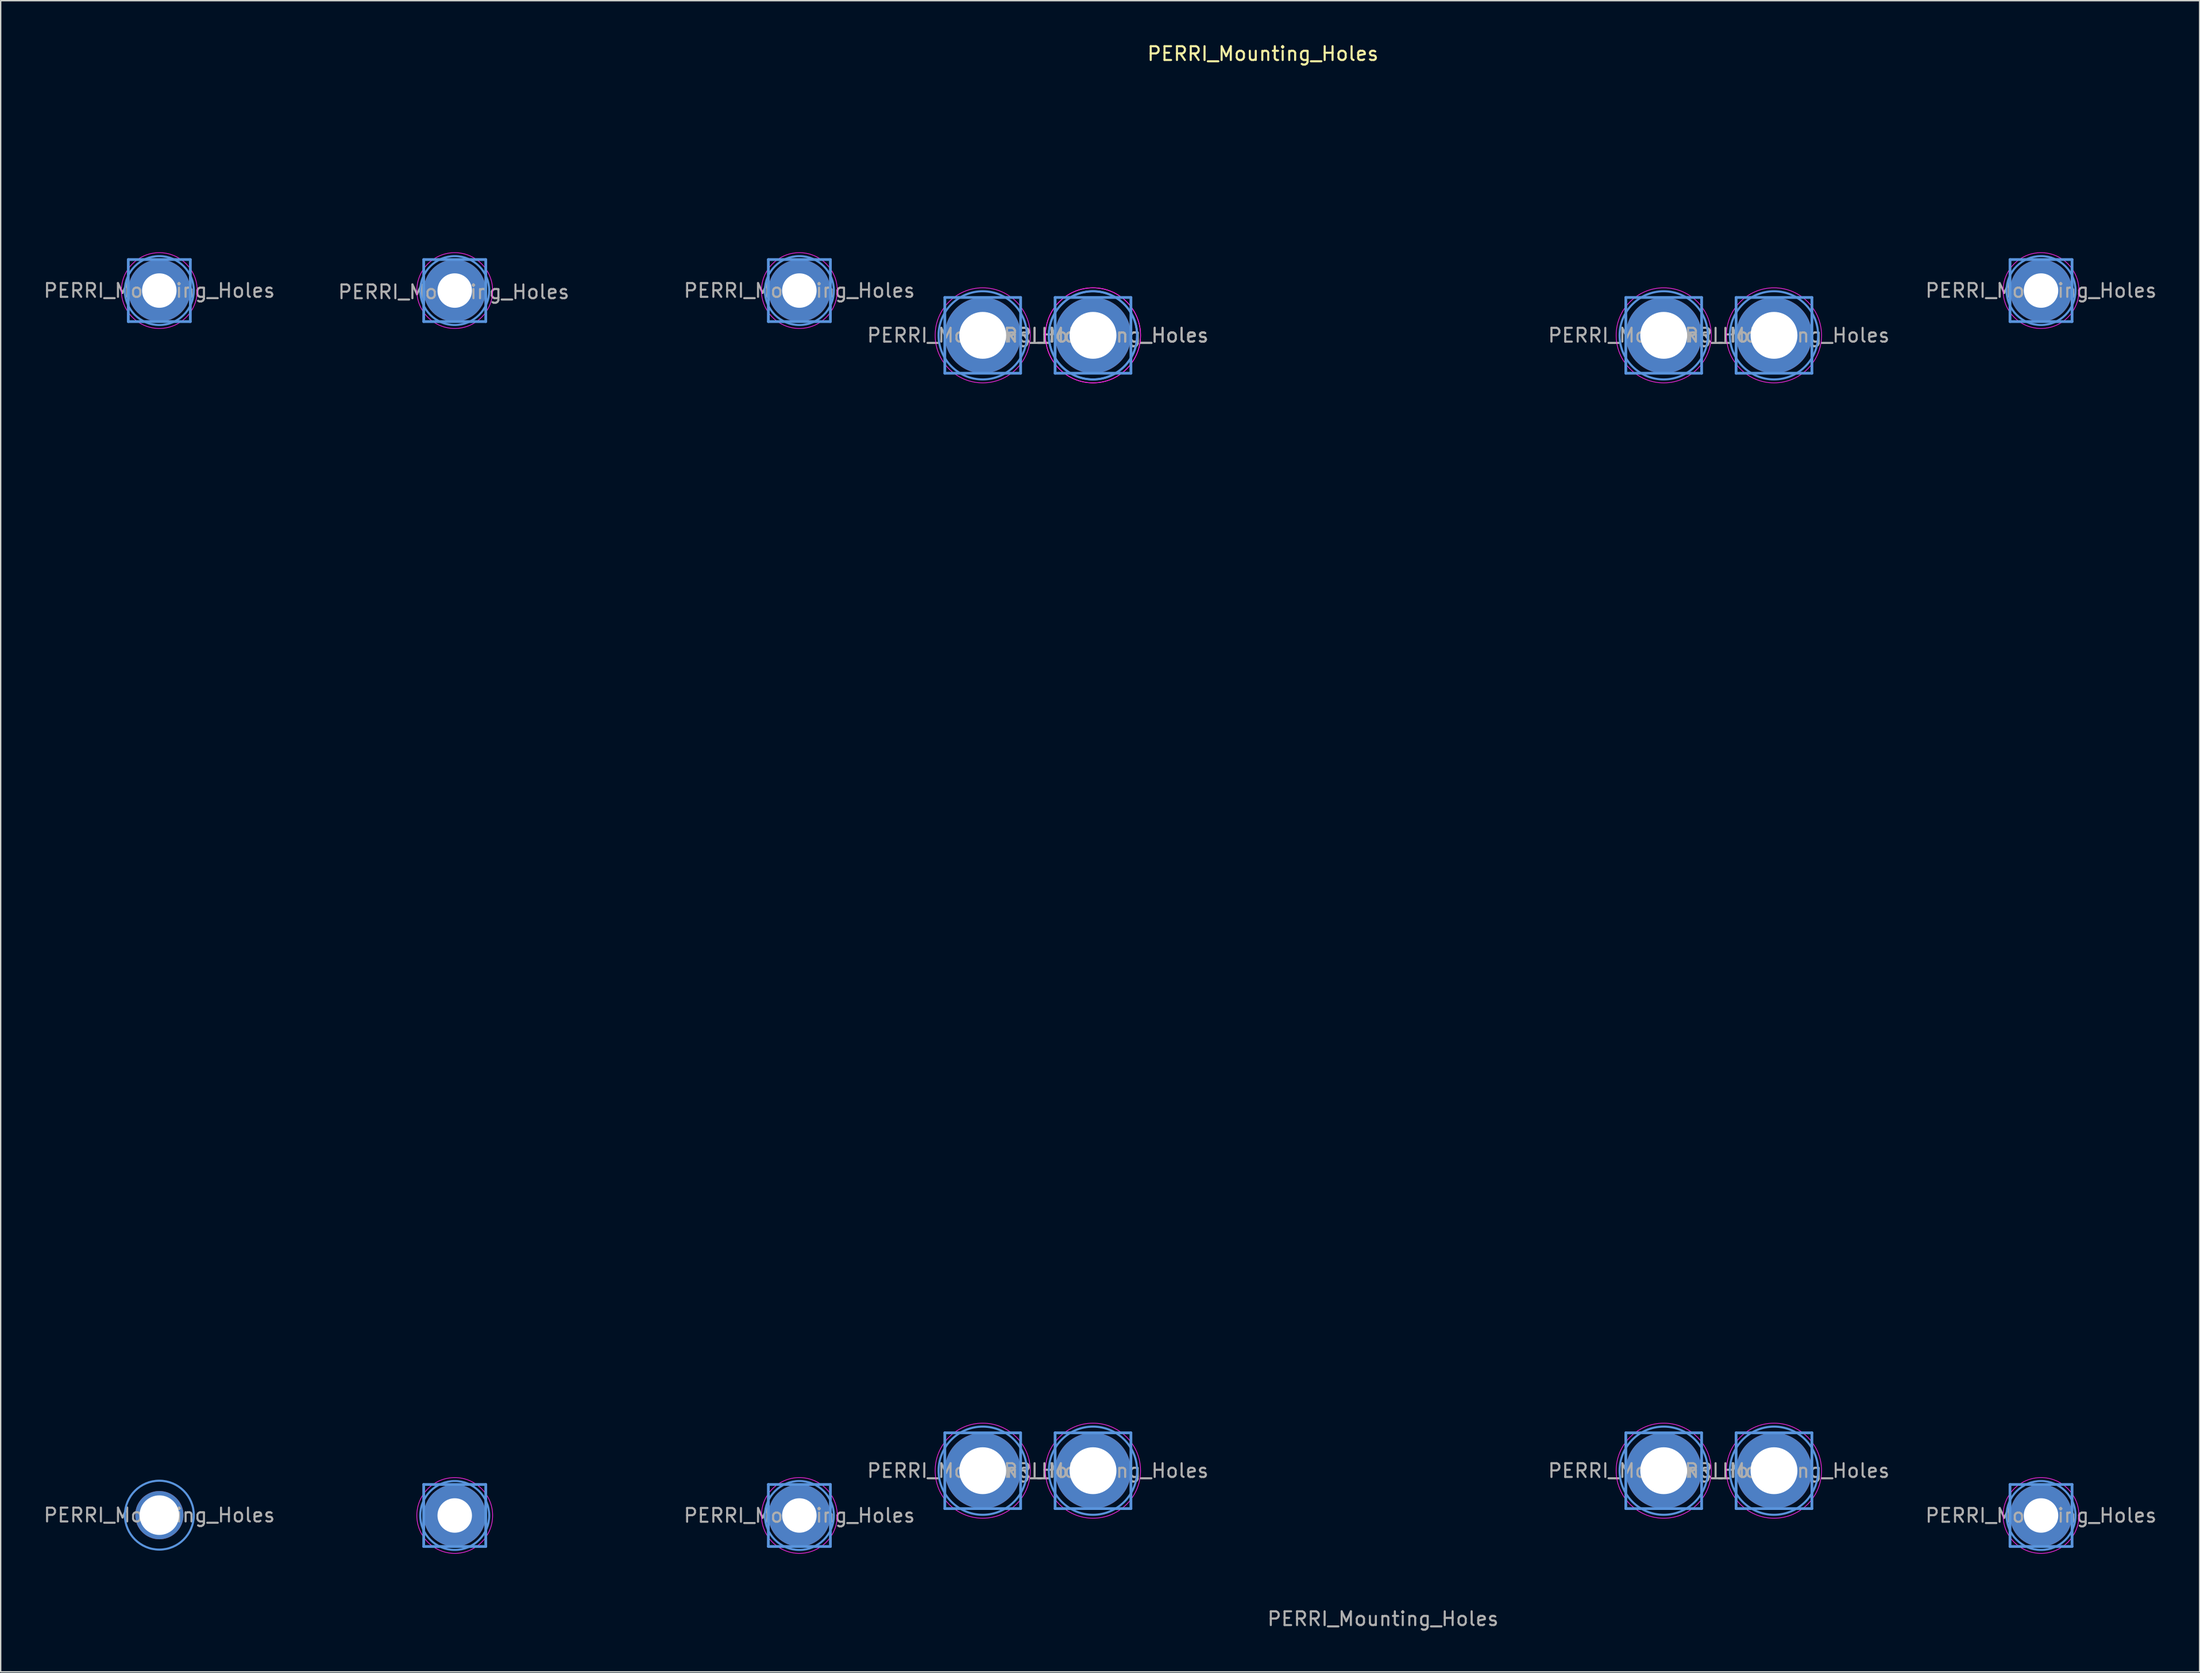
<source format=kicad_pcb>
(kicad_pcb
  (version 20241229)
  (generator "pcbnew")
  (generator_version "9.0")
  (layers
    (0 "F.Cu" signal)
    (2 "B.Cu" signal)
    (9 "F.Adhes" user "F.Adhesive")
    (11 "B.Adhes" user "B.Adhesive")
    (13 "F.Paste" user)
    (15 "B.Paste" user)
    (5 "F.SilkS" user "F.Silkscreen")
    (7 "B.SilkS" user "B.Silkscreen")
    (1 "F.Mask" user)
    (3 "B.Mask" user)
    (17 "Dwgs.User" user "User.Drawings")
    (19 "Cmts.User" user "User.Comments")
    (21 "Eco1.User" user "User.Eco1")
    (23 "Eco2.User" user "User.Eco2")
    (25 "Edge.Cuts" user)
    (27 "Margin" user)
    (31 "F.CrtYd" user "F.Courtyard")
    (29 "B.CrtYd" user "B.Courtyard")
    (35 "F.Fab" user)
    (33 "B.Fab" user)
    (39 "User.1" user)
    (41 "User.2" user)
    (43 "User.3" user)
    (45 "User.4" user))
  (footprint "PERRI_Mounting_Holes"
    (layer "F.Cu")
    (at 89.136 56.498)
    (property "Reference" "PERRI_Mounting_Holes" (at -0.57 -55.65 0) (unlocked yes) (layer "F.SilkS") (effects (font (size 1 1) (thickness 0.15))))
    (attr through_hole)
    (fp_line (start -82.88 -40.71) (end -78.379 -40.71) (stroke (width 0.2) (type solid)) (layer "Cmts.User"))
    (fp_line (start -82.88 -36.209) (end -82.88 -40.71) (stroke (width 0.2) (type solid)) (layer "Cmts.User"))
    (fp_line (start -78.379 -40.71) (end -78.379 -36.209) (stroke (width 0.2) (type solid)) (layer "Cmts.User"))
    (fp_line (start -78.379 -36.209) (end -82.88 -36.209) (stroke (width 0.2) (type solid)) (layer "Cmts.User"))
    (fp_line (start -61.45 -40.71) (end -56.949 -40.71) (stroke (width 0.2) (type solid)) (layer "Cmts.User"))
    (fp_line (start -61.45 -36.209) (end -61.45 -40.71) (stroke (width 0.2) (type solid)) (layer "Cmts.User"))
    (fp_line (start -61.45 48.19) (end -56.949 48.19) (stroke (width 0.2) (type solid)) (layer "Cmts.User"))
    (fp_line (start -61.45 52.691) (end -61.45 48.19) (stroke (width 0.2) (type solid)) (layer "Cmts.User"))
    (fp_line (start -56.949 -40.71) (end -56.949 -36.209) (stroke (width 0.2) (type solid)) (layer "Cmts.User"))
    (fp_line (start -56.949 -36.209) (end -61.45 -36.209) (stroke (width 0.2) (type solid)) (layer "Cmts.User"))
    (fp_line (start -56.949 48.19) (end -56.949 52.691) (stroke (width 0.2) (type solid)) (layer "Cmts.User"))
    (fp_line (start -56.949 52.691) (end -61.45 52.691) (stroke (width 0.2) (type solid)) (layer "Cmts.User"))
    (fp_line (start -36.45 -40.71) (end -31.949 -40.71) (stroke (width 0.2) (type solid)) (layer "Cmts.User"))
    (fp_line (start -36.45 -36.209) (end -36.45 -40.71) (stroke (width 0.2) (type solid)) (layer "Cmts.User"))
    (fp_line (start -36.45 48.19) (end -31.949 48.19) (stroke (width 0.2) (type solid)) (layer "Cmts.User"))
    (fp_line (start -36.45 52.691) (end -36.45 48.19) (stroke (width 0.2) (type solid)) (layer "Cmts.User"))
    (fp_line (start -31.949 -40.71) (end -31.949 -36.209) (stroke (width 0.2) (type solid)) (layer "Cmts.User"))
    (fp_line (start -31.949 -36.209) (end -36.45 -36.209) (stroke (width 0.2) (type solid)) (layer "Cmts.User"))
    (fp_line (start -31.949 48.19) (end -31.949 52.691) (stroke (width 0.2) (type solid)) (layer "Cmts.User"))
    (fp_line (start -31.949 52.691) (end -36.45 52.691) (stroke (width 0.2) (type solid)) (layer "Cmts.User"))
    (fp_line (start -23.649 -37.959) (end -18.15 -37.959) (stroke (width 0.2) (type solid)) (layer "Cmts.User"))
    (fp_line (start -23.649 -32.46) (end -23.649 -37.959) (stroke (width 0.2) (type solid)) (layer "Cmts.User"))
    (fp_line (start -23.649 44.441) (end -18.15 44.441) (stroke (width 0.2) (type solid)) (layer "Cmts.User"))
    (fp_line (start -23.649 49.94) (end -23.649 44.441) (stroke (width 0.2) (type solid)) (layer "Cmts.User"))
    (fp_line (start -18.15 -37.959) (end -18.15 -32.46) (stroke (width 0.2) (type solid)) (layer "Cmts.User"))
    (fp_line (start -18.15 -32.46) (end -23.649 -32.46) (stroke (width 0.2) (type solid)) (layer "Cmts.User"))
    (fp_line (start -18.15 44.441) (end -18.15 49.94) (stroke (width 0.2) (type solid)) (layer "Cmts.User"))
    (fp_line (start -18.15 49.94) (end -23.649 49.94) (stroke (width 0.2) (type solid)) (layer "Cmts.User"))
    (fp_line (start -15.649 -37.959) (end -10.15 -37.959) (stroke (width 0.2) (type solid)) (layer "Cmts.User"))
    (fp_line (start -15.649 -32.46) (end -15.649 -37.959) (stroke (width 0.2) (type solid)) (layer "Cmts.User"))
    (fp_line (start -15.649 44.441) (end -10.15 44.441) (stroke (width 0.2) (type solid)) (layer "Cmts.User"))
    (fp_line (start -15.649 49.94) (end -15.649 44.441) (stroke (width 0.2) (type solid)) (layer "Cmts.User"))
    (fp_line (start -10.15 -37.959) (end -10.15 -32.46) (stroke (width 0.2) (type solid)) (layer "Cmts.User"))
    (fp_line (start -10.15 -32.46) (end -15.649 -32.46) (stroke (width 0.2) (type solid)) (layer "Cmts.User"))
    (fp_line (start -10.15 44.441) (end -10.15 49.94) (stroke (width 0.2) (type solid)) (layer "Cmts.User"))
    (fp_line (start -10.15 49.94) (end -15.649 49.94) (stroke (width 0.2) (type solid)) (layer "Cmts.User"))
    (fp_line (start 25.751 -37.959) (end 31.25 -37.959) (stroke (width 0.2) (type solid)) (layer "Cmts.User"))
    (fp_line (start 25.751 -32.46) (end 25.751 -37.959) (stroke (width 0.2) (type solid)) (layer "Cmts.User"))
    (fp_line (start 25.751 44.441) (end 31.25 44.441) (stroke (width 0.2) (type solid)) (layer "Cmts.User"))
    (fp_line (start 25.751 49.94) (end 25.751 44.441) (stroke (width 0.2) (type solid)) (layer "Cmts.User"))
    (fp_line (start 31.25 -37.959) (end 31.25 -32.46) (stroke (width 0.2) (type solid)) (layer "Cmts.User"))
    (fp_line (start 31.25 -32.46) (end 25.751 -32.46) (stroke (width 0.2) (type solid)) (layer "Cmts.User"))
    (fp_line (start 31.25 44.441) (end 31.25 49.94) (stroke (width 0.2) (type solid)) (layer "Cmts.User"))
    (fp_line (start 31.25 49.94) (end 25.751 49.94) (stroke (width 0.2) (type solid)) (layer "Cmts.User"))
    (fp_line (start 33.751 -37.959) (end 39.25 -37.959) (stroke (width 0.2) (type solid)) (layer "Cmts.User"))
    (fp_line (start 33.751 -32.46) (end 33.751 -37.959) (stroke (width 0.2) (type solid)) (layer "Cmts.User"))
    (fp_line (start 33.751 44.441) (end 39.25 44.441) (stroke (width 0.2) (type solid)) (layer "Cmts.User"))
    (fp_line (start 33.751 49.94) (end 33.751 44.441) (stroke (width 0.2) (type solid)) (layer "Cmts.User"))
    (fp_line (start 39.25 -37.959) (end 39.25 -32.46) (stroke (width 0.2) (type solid)) (layer "Cmts.User"))
    (fp_line (start 39.25 -32.46) (end 33.751 -32.46) (stroke (width 0.2) (type solid)) (layer "Cmts.User"))
    (fp_line (start 39.25 44.441) (end 39.25 49.94) (stroke (width 0.2) (type solid)) (layer "Cmts.User"))
    (fp_line (start 39.25 49.94) (end 33.751 49.94) (stroke (width 0.2) (type solid)) (layer "Cmts.User"))
    (fp_line (start 53.62 -40.71) (end 58.121 -40.71) (stroke (width 0.2) (type solid)) (layer "Cmts.User"))
    (fp_line (start 53.62 -36.209) (end 53.62 -40.71) (stroke (width 0.2) (type solid)) (layer "Cmts.User"))
    (fp_line (start 53.62 48.19) (end 58.121 48.19) (stroke (width 0.2) (type solid)) (layer "Cmts.User"))
    (fp_line (start 53.62 52.691) (end 53.62 48.19) (stroke (width 0.2) (type solid)) (layer "Cmts.User"))
    (fp_line (start 58.121 -40.71) (end 58.121 -36.209) (stroke (width 0.2) (type solid)) (layer "Cmts.User"))
    (fp_line (start 58.121 -36.209) (end 53.62 -36.209) (stroke (width 0.2) (type solid)) (layer "Cmts.User"))
    (fp_line (start 58.121 48.19) (end 58.121 52.691) (stroke (width 0.2) (type solid)) (layer "Cmts.User"))
    (fp_line (start 58.121 52.691) (end 53.62 52.691) (stroke (width 0.2) (type solid)) (layer "Cmts.User"))
    (fp_circle (center -80.63 -38.46) (end -78.13 -38.46) (stroke (width 0.15) (type solid)) (fill no) (layer "Cmts.User"))
    (fp_circle (center -80.628 50.416) (end -78.128 50.416) (stroke (width 0.15) (type solid)) (fill no) (layer "Cmts.User"))
    (fp_circle (center -59.2 -38.46) (end -56.7 -38.46) (stroke (width 0.15) (type solid)) (fill no) (layer "Cmts.User"))
    (fp_circle (center -59.2 50.44) (end -56.7 50.44) (stroke (width 0.15) (type solid)) (fill no) (layer "Cmts.User"))
    (fp_circle (center -34.2 -38.46) (end -31.7 -38.46) (stroke (width 0.15) (type solid)) (fill no) (layer "Cmts.User"))
    (fp_circle (center -34.2 50.44) (end -31.7 50.44) (stroke (width 0.15) (type solid)) (fill no) (layer "Cmts.User"))
    (fp_circle (center -20.9 -35.21) (end -17.7 -35.21) (stroke (width 0.15) (type solid)) (fill no) (layer "Cmts.User"))
    (fp_circle (center -20.9 47.19) (end -17.7 47.19) (stroke (width 0.15) (type solid)) (fill no) (layer "Cmts.User"))
    (fp_circle (center -12.9 -35.21) (end -9.7 -35.21) (stroke (width 0.15) (type solid)) (fill no) (layer "Cmts.User"))
    (fp_circle (center -12.9 -35.21) (end -9.7 -35.21) (stroke (width 0.15) (type solid)) (fill no) (layer "Cmts.User"))
    (fp_circle (center -12.9 47.19) (end -9.7 47.19) (stroke (width 0.15) (type solid)) (fill no) (layer "Cmts.User"))
    (fp_circle (center 28.5 -35.21) (end 31.7 -35.21) (stroke (width 0.15) (type solid)) (fill no) (layer "Cmts.User"))
    (fp_circle (center 28.5 47.19) (end 31.7 47.19) (stroke (width 0.15) (type solid)) (fill no) (layer "Cmts.User"))
    (fp_circle (center 36.5 -35.21) (end 39.7 -35.21) (stroke (width 0.15) (type solid)) (fill no) (layer "Cmts.User"))
    (fp_circle (center 36.5 47.19) (end 39.7 47.19) (stroke (width 0.15) (type solid)) (fill no) (layer "Cmts.User"))
    (fp_circle (center 55.87 -38.46) (end 58.37 -38.46) (stroke (width 0.15) (type solid)) (fill no) (layer "Cmts.User"))
    (fp_circle (center 55.87 50.44) (end 58.37 50.44) (stroke (width 0.15) (type solid)) (fill no) (layer "Cmts.User"))
    (fp_circle (center -80.63 -38.46) (end -77.88 -38.46) (stroke (width 0.05) (type solid)) (fill no) (layer "F.CrtYd"))
    (fp_circle (center -59.2 -38.46) (end -56.45 -38.46) (stroke (width 0.05) (type solid)) (fill no) (layer "F.CrtYd"))
    (fp_circle (center -59.2 50.44) (end -56.45 50.44) (stroke (width 0.05) (type solid)) (fill no) (layer "F.CrtYd"))
    (fp_circle (center -34.2 -38.46) (end -31.45 -38.46) (stroke (width 0.05) (type solid)) (fill no) (layer "F.CrtYd"))
    (fp_circle (center -34.2 50.44) (end -31.45 50.44) (stroke (width 0.05) (type solid)) (fill no) (layer "F.CrtYd"))
    (fp_circle (center -20.9 -35.21) (end -17.45 -35.21) (stroke (width 0.05) (type solid)) (fill no) (layer "F.CrtYd"))
    (fp_circle (center -20.9 47.19) (end -17.45 47.19) (stroke (width 0.05) (type solid)) (fill no) (layer "F.CrtYd"))
    (fp_circle (center -12.9 -35.21) (end -9.45 -35.21) (stroke (width 0.05) (type solid)) (fill no) (layer "F.CrtYd"))
    (fp_circle (center -12.9 -35.21) (end -9.45 -35.21) (stroke (width 0.05) (type solid)) (fill no) (layer "F.CrtYd"))
    (fp_circle (center -12.9 47.19) (end -9.45 47.19) (stroke (width 0.05) (type solid)) (fill no) (layer "F.CrtYd"))
    (fp_circle (center 28.5 -35.21) (end 31.95 -35.21) (stroke (width 0.05) (type solid)) (fill no) (layer "F.CrtYd"))
    (fp_circle (center 28.5 47.19) (end 31.95 47.19) (stroke (width 0.05) (type solid)) (fill no) (layer "F.CrtYd"))
    (fp_circle (center 36.5 -35.21) (end 39.95 -35.21) (stroke (width 0.05) (type solid)) (fill no) (layer "F.CrtYd"))
    (fp_circle (center 36.5 47.19) (end 39.95 47.19) (stroke (width 0.05) (type solid)) (fill no) (layer "F.CrtYd"))
    (fp_circle (center 55.87 -38.46) (end 58.62 -38.46) (stroke (width 0.05) (type solid)) (fill no) (layer "F.CrtYd"))
    (fp_circle (center 55.87 50.44) (end 58.62 50.44) (stroke (width 0.05) (type solid)) (fill no) (layer "F.CrtYd"))
    (fp_text user "${REFERENCE}" (at -12.9 -35.21 0) (layer "F.Fab") (effects (font (size 1 1) (thickness 0.15))))
    (fp_text user "${REFERENCE}" (at 55.87 50.44 0) (layer "F.Fab") (effects (font (size 1 1) (thickness 0.15))))
    (fp_text user "${REFERENCE}" (at -34.2 50.44 0) (layer "F.Fab") (effects (font (size 1 1) (thickness 0.15))))
    (fp_text user "${REFERENCE}" (at 8.14 57.94 0) (unlocked yes) (layer "F.Fab") (effects (font (size 1 1) (thickness 0.15))))
    (fp_text user "${REFERENCE}" (at -80.63 -38.46 0) (layer "F.Fab") (effects (font (size 1 1) (thickness 0.15))))
    (fp_text user "${REFERENCE}" (at 36.5 -35.21 0) (layer "F.Fab") (effects (font (size 1 1) (thickness 0.15))))
    (fp_text user "${REFERENCE}" (at -59.27 -38.36 0) (layer "F.Fab") (effects (font (size 1 1) (thickness 0.15))))
    (fp_text user "${REFERENCE}" (at -34.2 -38.46 0) (layer "F.Fab") (effects (font (size 1 1) (thickness 0.15))))
    (fp_text user "${REFERENCE}" (at 28.5 -35.21 0) (layer "F.Fab") (effects (font (size 1 1) (thickness 0.15))))
    (fp_text user "${REFERENCE}" (at 36.5 47.19 0) (layer "F.Fab") (effects (font (size 1 1) (thickness 0.15))))
    (fp_text user "${REFERENCE}" (at -12.9 -35.21 0) (layer "F.Fab") (effects (font (size 1 1) (thickness 0.15))))
    (fp_text user "${REFERENCE}" (at -20.9 -35.21 0) (layer "F.Fab") (effects (font (size 1 1) (thickness 0.15))))
    (fp_text user "${REFERENCE}" (at 28.5 47.19 0) (layer "F.Fab") (effects (font (size 1 1) (thickness 0.15))))
    (fp_text user "${REFERENCE}" (at -12.9 47.19 0) (layer "F.Fab") (effects (font (size 1 1) (thickness 0.15))))
    (fp_text user "${REFERENCE}" (at -20.9 47.19 0) (layer "F.Fab") (effects (font (size 1 1) (thickness 0.15))))
    (fp_text user "${REFERENCE}" (at 55.87 -38.46 0) (layer "F.Fab") (effects (font (size 1 1) (thickness 0.15))))
    (fp_text user "${REFERENCE}" (at -80.628 50.416 0) (layer "F.Fab") (effects (font (size 1 1) (thickness 0.15))))
    (pad "" np_thru_hole circle (at -80.63 -38.46) (size 4.5 4.5) (drill 2.5) (layers "*.Cu" "*.Mask"))
    (pad "" np_thru_hole circle (at -80.628 50.416) (size 3.5 3.5) (drill 2.87) (layers "*.Cu" "*.Mask"))
    (pad "" np_thru_hole circle (at -59.2 -38.46) (size 4.5 4.5) (drill 2.5) (layers "*.Cu" "*.Mask"))
    (pad "" np_thru_hole circle (at -59.2 50.44) (size 4.5 4.5) (drill 2.5) (layers "*.Cu" "*.Mask"))
    (pad "" np_thru_hole circle (at -34.2 -38.46) (size 4.5 4.5) (drill 2.5) (layers "*.Cu" "*.Mask"))
    (pad "" np_thru_hole circle (at -34.2 50.44) (size 4.5 4.5) (drill 2.5) (layers "*.Cu" "*.Mask"))
    (pad "" np_thru_hole circle (at -20.9 -35.21) (size 5.5 5.5) (drill 3.4) (layers "*.Cu" "*.Mask"))
    (pad "" np_thru_hole circle (at -20.9 47.19) (size 5.5 5.5) (drill 3.4) (layers "*.Cu" "*.Mask"))
    (pad "" np_thru_hole circle (at -12.9 -35.21) (size 5.5 5.5) (drill 3.4) (layers "*.Cu" "*.Mask"))
    (pad "" np_thru_hole circle (at -12.9 47.19) (size 5.5 5.5) (drill 3.4) (layers "*.Cu" "*.Mask"))
    (pad "" np_thru_hole circle (at 28.5 -35.21) (size 5.5 5.5) (drill 3.4) (layers "*.Cu" "*.Mask"))
    (pad "" np_thru_hole circle (at 28.5 47.19) (size 5.5 5.5) (drill 3.4) (layers "*.Cu" "*.Mask"))
    (pad "" np_thru_hole circle (at 36.5 -35.21) (size 5.5 5.5) (drill 3.4) (layers "*.Cu" "*.Mask"))
    (pad "" np_thru_hole circle (at 36.5 47.19) (size 5.5 5.5) (drill 3.4) (layers "*.Cu" "*.Mask"))
    (pad "" np_thru_hole circle (at 55.87 -38.46) (size 4.5 4.5) (drill 2.5) (layers "*.Cu" "*.Mask"))
    (pad "" np_thru_hole circle (at 55.87 50.44) (size 4.5 4.5) (drill 2.5) (layers "*.Cu" "*.Mask")))
  (gr_rect
    (start -3 -3)
    (end 156.512 118.287)
    (stroke (width 0.1) (type default))
    (fill no)
    (layer "Edge.Cuts")))
</source>
